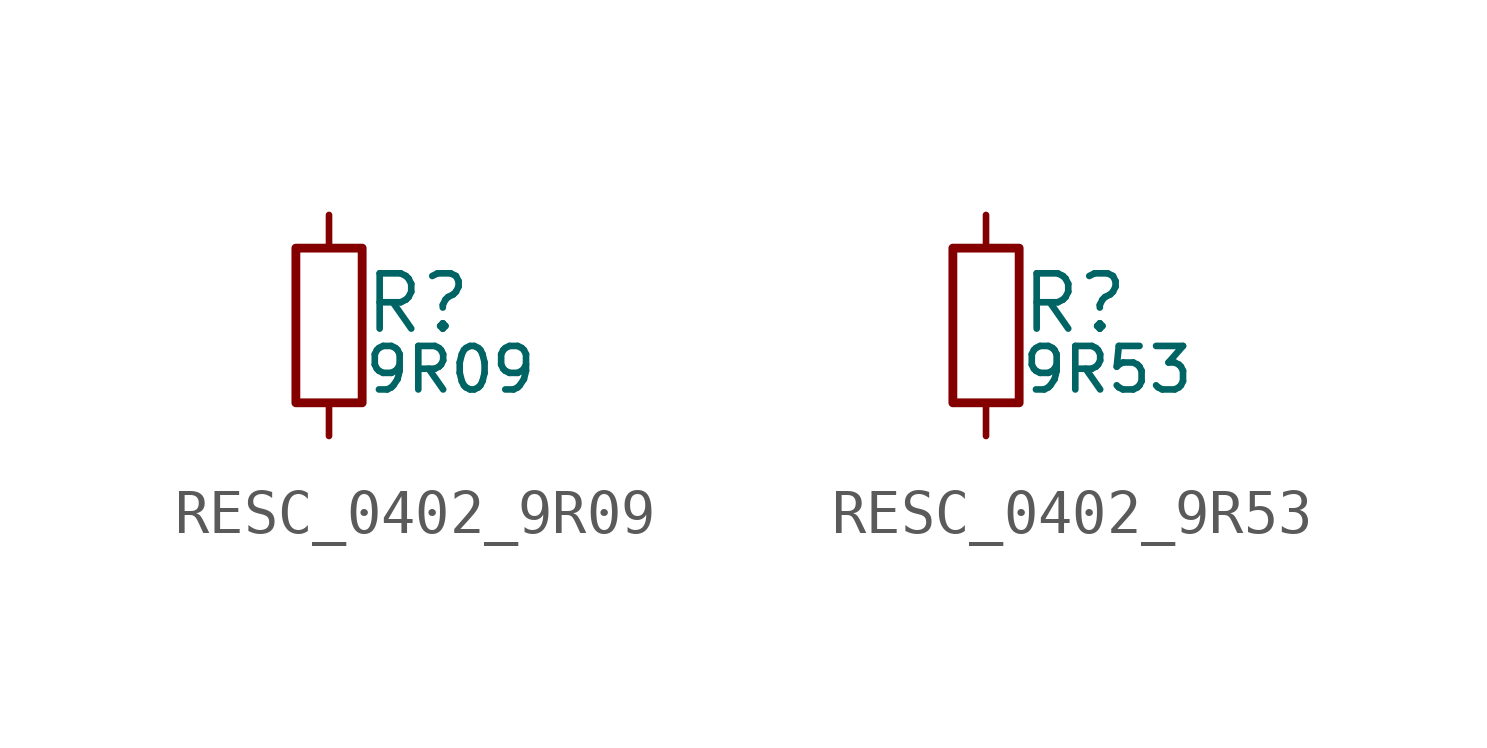
<source format=kicad_sym>
(kicad_symbol_lib
  (version 20211014)
  (generator kicad_LibGenerator)
  (symbol "RESC_0402_9R09"
    (pin_numbers hide)
    (pin_names
      (offset 0.254) hide)
    (property "Reference" "R"
      (at 0.762 0.508 0)
      (effects (font (size 1.27 1.27)) (justify left)))
    (property "Value" "9R09"
      (at 0.762 -1.016 0)
      (effects (font (size 1.00 1.00)) (justify left)))
    (symbol "RESC_0402_9R09_0_1"
      (rectangle (start -0.762 1.778) (end 0.762 -1.778) (stroke (width 0.203) (type default) (color 0 0 0 0)) (fill (type none))))
    (symbol "RESC_0402_9R09_1_1"
      (pin passive line (at 0 2.54 270) (length 0.762) (name "~" (effects (font (size 1.27 1.27)))) (number "1" (effects (font (size 1.27 1.27)))))
      (pin passive line (at 0 -2.54 90) (length 0.762) (name "~" (effects (font (size 1.27 1.27)))) (number "2" (effects (font (size 1.27 1.27)))))))
  (symbol "RESC_0402_9R53"
    (pin_numbers hide)
    (pin_names
      (offset 0.254) hide)
    (property "Reference" "R"
      (at 0.762 0.508 0)
      (effects (font (size 1.27 1.27)) (justify left)))
    (property "Value" "9R53"
      (at 0.762 -1.016 0)
      (effects (font (size 1.00 1.00)) (justify left)))
    (symbol "RESC_0402_9R53_0_1"
      (rectangle (start -0.762 1.778) (end 0.762 -1.778) (stroke (width 0.203) (type default) (color 0 0 0 0)) (fill (type none))))
    (symbol "RESC_0402_9R53_1_1"
      (pin passive line (at 0 2.54 270) (length 0.762) (name "~" (effects (font (size 1.27 1.27)))) (number "1" (effects (font (size 1.27 1.27)))))
      (pin passive line (at 0 -2.54 90) (length 0.762) (name "~" (effects (font (size 1.27 1.27)))) (number "2" (effects (font (size 1.27 1.27))))))))
</source>
